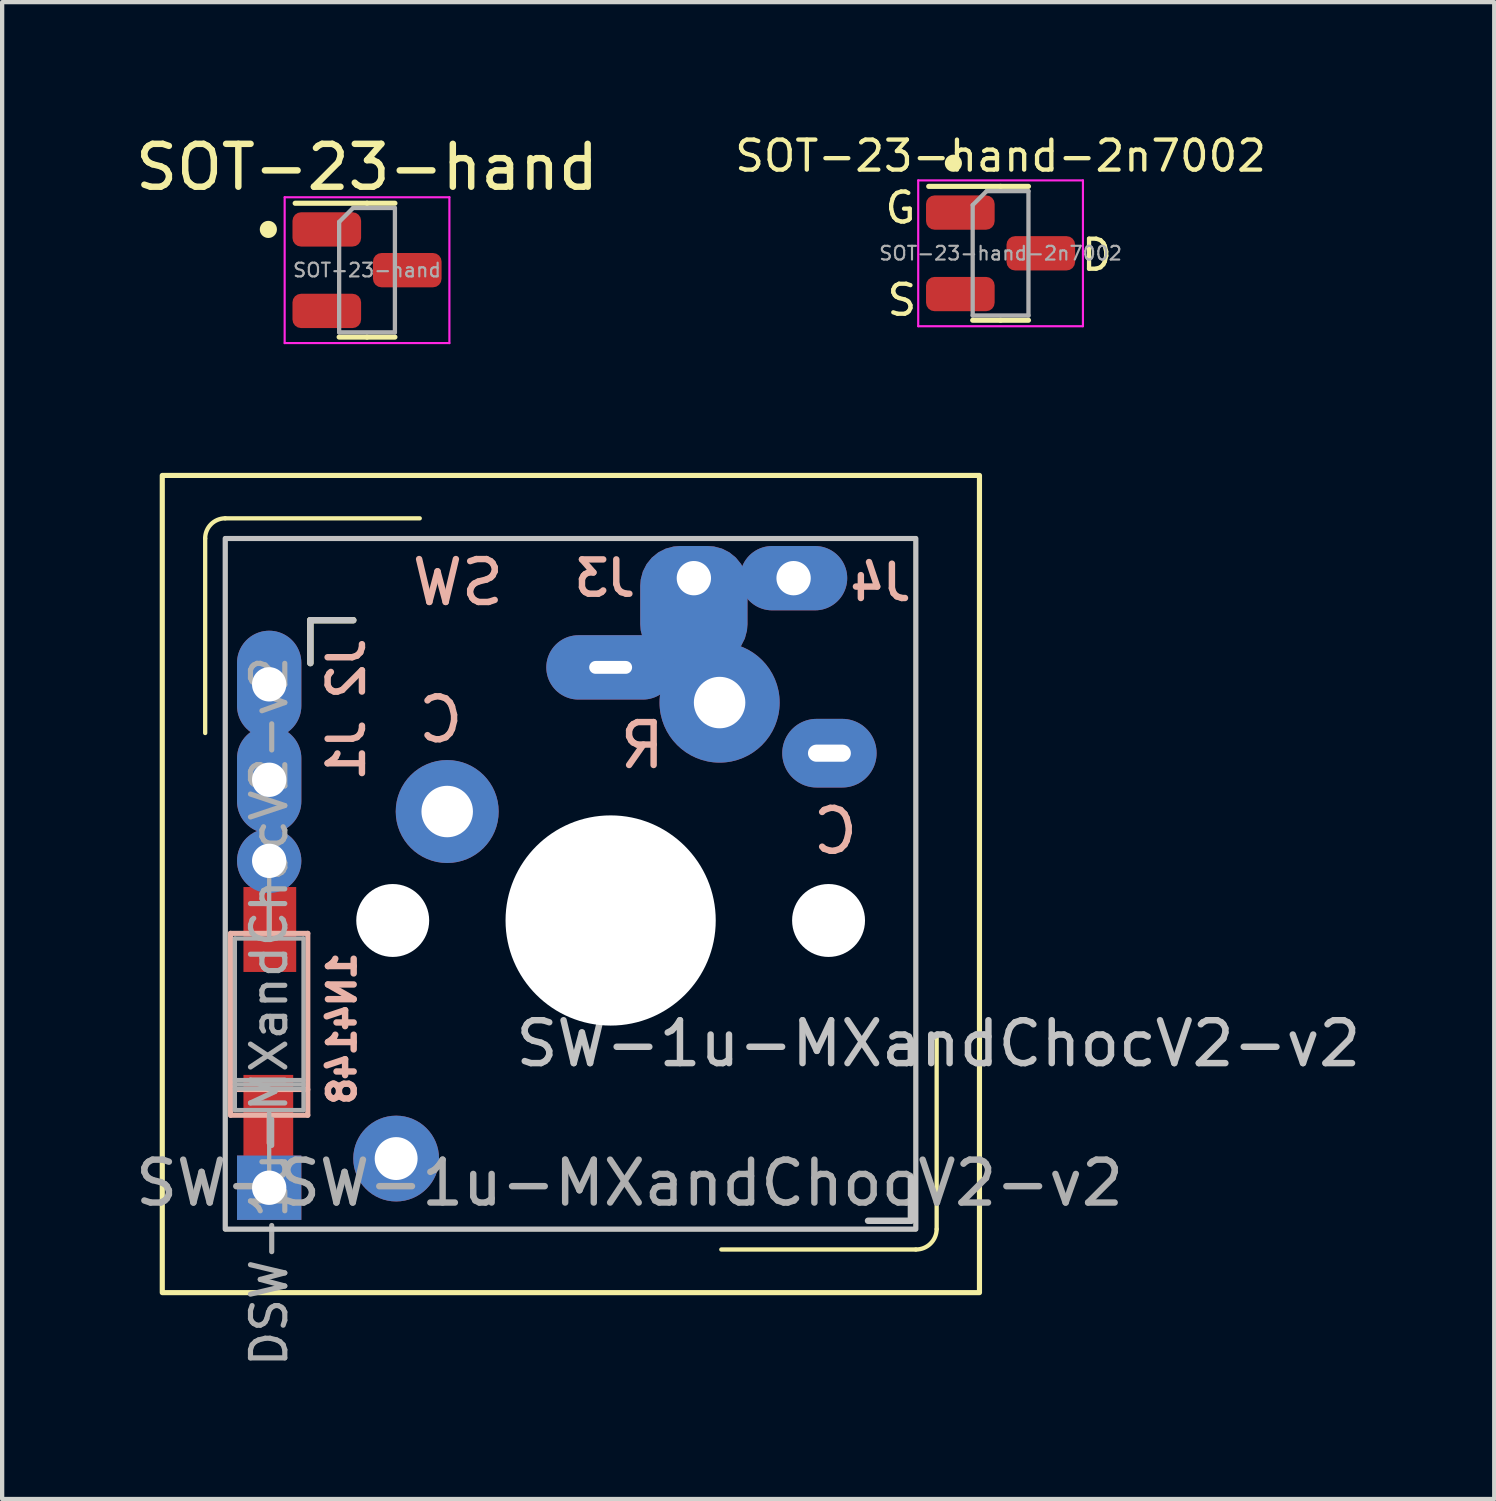
<source format=kicad_pcb>
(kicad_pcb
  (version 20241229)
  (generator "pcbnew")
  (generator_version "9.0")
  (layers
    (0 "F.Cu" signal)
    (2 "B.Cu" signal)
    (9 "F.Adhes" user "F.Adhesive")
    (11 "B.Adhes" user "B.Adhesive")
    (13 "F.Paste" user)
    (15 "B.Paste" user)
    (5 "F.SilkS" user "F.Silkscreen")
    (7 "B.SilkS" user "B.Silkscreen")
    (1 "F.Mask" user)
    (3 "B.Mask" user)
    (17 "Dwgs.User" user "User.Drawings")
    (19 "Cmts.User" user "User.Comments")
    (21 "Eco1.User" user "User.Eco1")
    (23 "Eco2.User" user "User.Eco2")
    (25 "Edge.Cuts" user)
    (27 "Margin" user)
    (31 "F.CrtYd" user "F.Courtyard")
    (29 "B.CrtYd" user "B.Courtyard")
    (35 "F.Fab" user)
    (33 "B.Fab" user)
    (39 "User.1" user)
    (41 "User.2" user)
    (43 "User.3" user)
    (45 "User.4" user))
  (footprint "SOT-23-hand"
    (layer "F.Cu")
    (at 5.506 3.248)
    (property "Reference" "SOT-23-hand" (at 0 -2.4 0) (layer "F.SilkS") (effects (font (size 1 1) (thickness 0.15))))
    (attr smd)
    (fp_line (start 0 -1.56) (end -1.675 -1.56) (stroke (width 0.12) (type solid)) (layer "F.SilkS"))
    (fp_line (start 0 -1.56) (end 0.65 -1.56) (stroke (width 0.12) (type solid)) (layer "F.SilkS"))
    (fp_line (start 0 1.56) (end -0.65 1.56) (stroke (width 0.12) (type solid)) (layer "F.SilkS"))
    (fp_line (start 0 1.56) (end 0.65 1.56) (stroke (width 0.12) (type solid)) (layer "F.SilkS"))
    (fp_circle (center -2.3 -0.95) (end -2.15 -0.95) (stroke (width 0.1) (type solid)) (fill yes) (layer "F.SilkS"))
    (fp_line (start -1.92 -1.7) (end -1.92 1.7) (stroke (width 0.05) (type solid)) (layer "F.CrtYd"))
    (fp_line (start -1.92 1.7) (end 1.92 1.7) (stroke (width 0.05) (type solid)) (layer "F.CrtYd"))
    (fp_line (start 1.92 -1.7) (end -1.92 -1.7) (stroke (width 0.05) (type solid)) (layer "F.CrtYd"))
    (fp_line (start 1.92 1.7) (end 1.92 -1.7) (stroke (width 0.05) (type solid)) (layer "F.CrtYd"))
    (fp_line (start -0.65 -1.125) (end -0.325 -1.45) (stroke (width 0.1) (type solid)) (layer "F.Fab"))
    (fp_line (start -0.65 1.45) (end -0.65 -1.125) (stroke (width 0.1) (type solid)) (layer "F.Fab"))
    (fp_line (start -0.325 -1.45) (end 0.65 -1.45) (stroke (width 0.1) (type solid)) (layer "F.Fab"))
    (fp_line (start 0.65 -1.45) (end 0.65 1.45) (stroke (width 0.1) (type solid)) (layer "F.Fab"))
    (fp_line (start 0.65 1.45) (end -0.65 1.45) (stroke (width 0.1) (type solid)) (layer "F.Fab"))
    (fp_text user "${REFERENCE}" (at 0 0 0) (layer "F.Fab") (effects (font (size 0.32 0.32) (thickness 0.05))))
    (pad "1" smd roundrect (at -0.938 -0.95) (size 1.6 0.8) (layers "F.Cu" "F.Mask" "F.Paste") (roundrect_rratio 0.25))
    (pad "2" smd roundrect (at -0.938 0.95) (size 1.6 0.8) (layers "F.Cu" "F.Mask" "F.Paste") (roundrect_rratio 0.25))
    (pad "3" smd roundrect (at 0.938 0) (size 1.6 0.8) (layers "F.Cu" "F.Mask" "F.Paste") (roundrect_rratio 0.25)))
  (footprint "SOT-23-hand-2n7002"
    (layer "F.Cu")
    (at 20.275 2.855)
    (property "Reference" "SOT-23-hand-2n7002" (at 0 -2.27 0) (layer "F.SilkS") (effects (font (size 0.7 0.7) (thickness 0.1))))
    (attr smd)
    (fp_line (start 0 -1.56) (end -1.675 -1.56) (stroke (width 0.12) (type solid)) (layer "F.SilkS"))
    (fp_line (start 0 -1.56) (end 0.65 -1.56) (stroke (width 0.12) (type solid)) (layer "F.SilkS"))
    (fp_line (start 0 1.56) (end -0.65 1.56) (stroke (width 0.12) (type solid)) (layer "F.SilkS"))
    (fp_line (start 0 1.56) (end 0.65 1.56) (stroke (width 0.12) (type solid)) (layer "F.SilkS"))
    (fp_circle (center -1.1 -2.1) (end -0.95 -2.1) (stroke (width 0.1) (type solid)) (fill yes) (layer "F.SilkS"))
    (fp_line (start -1.92 -1.7) (end -1.92 1.7) (stroke (width 0.05) (type solid)) (layer "F.CrtYd"))
    (fp_line (start -1.92 1.7) (end 1.92 1.7) (stroke (width 0.05) (type solid)) (layer "F.CrtYd"))
    (fp_line (start 1.92 -1.7) (end -1.92 -1.7) (stroke (width 0.05) (type solid)) (layer "F.CrtYd"))
    (fp_line (start 1.92 1.7) (end 1.92 -1.7) (stroke (width 0.05) (type solid)) (layer "F.CrtYd"))
    (fp_line (start -0.65 -1.125) (end -0.325 -1.45) (stroke (width 0.1) (type solid)) (layer "F.Fab"))
    (fp_line (start -0.65 1.45) (end -0.65 -1.125) (stroke (width 0.1) (type solid)) (layer "F.Fab"))
    (fp_line (start -0.325 -1.45) (end 0.65 -1.45) (stroke (width 0.1) (type solid)) (layer "F.Fab"))
    (fp_line (start 0.65 -1.45) (end 0.65 1.45) (stroke (width 0.1) (type solid)) (layer "F.Fab"))
    (fp_line (start 0.65 1.45) (end -0.65 1.45) (stroke (width 0.1) (type solid)) (layer "F.Fab"))
    (fp_text user "S" (at -2.7 1.5 0) (unlocked yes) (layer "F.SilkS") (effects (font (size 0.7 0.7) (thickness 0.1)) (justify left bottom)))
    (fp_text user "D" (at 1.83 0.45 0) (unlocked yes) (layer "F.SilkS") (effects (font (size 0.7 0.7) (thickness 0.1)) (justify left bottom)))
    (fp_text user "G" (at -2.75 -0.65 0) (unlocked yes) (layer "F.SilkS") (effects (font (size 0.7 0.7) (thickness 0.1)) (justify left bottom)))
    (fp_text user "${REFERENCE}" (at 0 0 0) (layer "F.Fab") (effects (font (size 0.32 0.32) (thickness 0.05))))
    (pad "1" smd roundrect (at -0.938 -0.95) (size 1.6 0.8) (layers "F.Cu" "F.Mask" "F.Paste") (roundrect_rratio 0.25))
    (pad "2" smd roundrect (at -0.938 0.95) (size 1.6 0.8) (layers "F.Cu" "F.Mask" "F.Paste") (roundrect_rratio 0.25))
    (pad "3" smd roundrect (at 0.938 0) (size 1.6 0.8) (layers "F.Cu" "F.Mask" "F.Paste") (roundrect_rratio 0.25)))
  (footprint "SW-1u-MXandChocV2-v2"
    (layer "F.Cu")
    (at 13.725 13.328)
    (property "Reference" "SW-1u-MXandChocV2-v2" (at 5.1 7.95 180) (layer "Dwgs.User") (effects (font (size 1 1) (thickness 0.15))))
    (attr through_hole)
    (fp_line (start -11.992 0.71) (end -11.992 -3.825) (stroke (width 0.1) (type solid)) (layer "F.SilkS"))
    (fp_line (start -11.525 -4.295) (end -6.99 -4.295) (stroke (width 0.1) (type solid)) (layer "F.SilkS"))
    (fp_line (start -11.525 -3.825) (end 4.575 -3.825) (stroke (width 0.1) (type solid)) (layer "F.SilkS"))
    (fp_line (start -11.525 12.275) (end -11.525 -3.825) (stroke (width 0.1) (type solid)) (layer "F.SilkS"))
    (fp_line (start -9.54 -1.92) (end -8.54 -1.92) (stroke (width 0.15) (type solid)) (layer "F.SilkS"))
    (fp_line (start -9.54 -0.92) (end -9.54 -1.92) (stroke (width 0.15) (type solid)) (layer "F.SilkS"))
    (fp_line (start 4.575 -3.825) (end 4.575 12.275) (stroke (width 0.1) (type solid)) (layer "F.SilkS"))
    (fp_line (start 4.575 12.275) (end -11.525 12.275) (stroke (width 0.1) (type solid)) (layer "F.SilkS"))
    (fp_line (start 4.575 12.75) (end 0.04 12.75) (stroke (width 0.1) (type solid)) (layer "F.SilkS"))
    (fp_line (start 5.06 7.74) (end 5.06 12.275) (stroke (width 0.1) (type solid)) (layer "F.SilkS"))
    (fp_rect (start -12.992 -5.295) (end 6.058 13.755) (stroke (width 0.12) (type solid)) (fill no) (layer "F.SilkS"))
    (fp_arc (start -11.9925 -3.825) (mid -11.85609 -4.156822) (end -11.525 -4.295) (stroke (width 0.1) (type solid)) (layer "F.SilkS"))
    (fp_arc (start 5.06 12.275) (mid 4.915876 12.612947) (end 4.575 12.75) (stroke (width 0.1) (type solid)) (layer "F.SilkS"))
    (fp_line (start -11.4 5.38) (end -11.4 9.62) (stroke (width 0.12) (type solid)) (layer "B.SilkS"))
    (fp_line (start -11.4 9.02) (end -9.6 9.02) (stroke (width 0.12) (type solid)) (layer "B.SilkS"))
    (fp_line (start -11.4 9.62) (end -9.6 9.62) (stroke (width 0.12) (type solid)) (layer "B.SilkS"))
    (fp_line (start -10.5 4.73) (end -10.5 5.38) (stroke (width 0.12) (type solid)) (layer "B.SilkS"))
    (fp_line (start -10.5 10.27) (end -10.5 9.62) (stroke (width 0.12) (type solid)) (layer "B.SilkS"))
    (fp_line (start -9.6 5.38) (end -11.4 5.38) (stroke (width 0.12) (type solid)) (layer "B.SilkS"))
    (fp_line (start -9.6 9.62) (end -9.6 5.38) (stroke (width 0.12) (type solid)) (layer "B.SilkS"))
    (fp_line (start -9.54 -1.92) (end -8.54 -1.92) (stroke (width 0.15) (type solid)) (layer "Dwgs.User"))
    (fp_line (start -9.54 -0.92) (end -9.54 -1.92) (stroke (width 0.15) (type solid)) (layer "Dwgs.User"))
    (fp_line (start 3.46 12.08) (end 4.46 12.08) (stroke (width 0.15) (type solid)) (layer "Dwgs.User"))
    (fp_line (start 4.46 12.08) (end 4.46 11.08) (stroke (width 0.15) (type solid)) (layer "Dwgs.User"))
    (fp_rect (start -11.525 -3.825) (end 4.575 12.275) (stroke (width 0.12) (type solid)) (fill no) (layer "Dwgs.User"))
    (fp_line (start -11.3 5.5) (end -11.3 9.5) (stroke (width 0.1) (type solid)) (layer "F.Fab"))
    (fp_line (start -11.3 8.8) (end -9.7 8.8) (stroke (width 0.1) (type solid)) (layer "F.Fab"))
    (fp_line (start -11.3 8.9) (end -9.7 8.9) (stroke (width 0.1) (type solid)) (layer "F.Fab"))
    (fp_line (start -11.3 9) (end -9.7 9) (stroke (width 0.1) (type solid)) (layer "F.Fab"))
    (fp_line (start -11.3 9.5) (end -9.7 9.5) (stroke (width 0.1) (type solid)) (layer "F.Fab"))
    (fp_line (start -10.5 3.69) (end -10.5 5.5) (stroke (width 0.1) (type solid)) (layer "F.Fab"))
    (fp_line (start -10.5 11.31) (end -10.5 9.5) (stroke (width 0.1) (type solid)) (layer "F.Fab"))
    (fp_line (start -9.7 5.5) (end -11.3 5.5) (stroke (width 0.1) (type solid)) (layer "F.Fab"))
    (fp_line (start -9.7 9.5) (end -9.7 5.5) (stroke (width 0.1) (type solid)) (layer "F.Fab"))
    (fp_text user "J3" (at -2.675 -2.9 0) (unlocked yes) (layer "B.SilkS") (effects (font (size 0.8 0.8) (thickness 0.15)) (justify mirror)))
    (fp_text user "J4" (at 3.75 -2.8 0) (unlocked yes) (layer "B.SilkS") (effects (font (size 0.8 0.8) (thickness 0.15)) (justify mirror)))
    (fp_text user "C" (at 2.7 3 0) (unlocked yes) (layer "B.SilkS") (effects (font (size 1 1) (thickness 0.15)) (justify mirror)))
    (fp_text user "1N4148" (at -8.8 7.6 90) (unlocked yes) (layer "B.SilkS") (effects (font (size 0.6 0.6) (thickness 0.15)) (justify mirror)))
    (fp_text user "C" (at -6.5 0.4 0) (unlocked yes) (layer "B.SilkS") (effects (font (size 1 1) (thickness 0.15)) (justify mirror)))
    (fp_text user "J2" (at -8.7 -0.79 90) (unlocked yes) (layer "B.SilkS") (effects (font (size 0.8 0.8) (thickness 0.15)) (justify mirror)))
    (fp_text user "SW" (at -6.1 -2.8 0) (unlocked yes) (layer "B.SilkS") (effects (font (size 1 1) (thickness 0.15)) (justify mirror)))
    (fp_text user "R" (at -1.8 1 0) (unlocked yes) (layer "B.SilkS") (effects (font (size 1 1) (thickness 0.15)) (justify mirror)))
    (fp_text user "J1" (at -8.7 1.11 90) (unlocked yes) (layer "B.SilkS") (effects (font (size 0.8 0.8) (thickness 0.15)) (justify mirror)))
    (fp_text user "SW-${REFERENCE}" (at -2.1 11.2 0) (unlocked yes) (layer "F.Fab") (effects (font (size 1 1) (thickness 0.15))))
    (fp_text user "D${REFERENCE}" (at -10.5 7.2 270) (layer "F.Fab") (effects (font (size 0.8 0.8) (thickness 0.12))))
    (pad "" np_thru_hole circle (at -7.62 5.08) (size 1.7 1.7) (drill 1.7) (layers "*.Cu" "*.Mask"))
    (pad "" thru_hole circle (at -7.54 10.63 0.5) (size 2 2) (drill 1) (layers "*.Cu" "*.Mask"))
    (pad "" np_thru_hole circle (at -2.54 5.08 90) (size 4.9 4.9) (drill 4.9) (layers "*.Cu" "*.Mask"))
    (pad "" np_thru_hole circle (at 2.54 5.08) (size 1.7 1.7) (drill 1.7) (layers "*.Cu" "*.Mask"))
    (pad "1" thru_hole oval (at -2.54 -0.82) (size 3 1.5) (drill oval 1 0.3) (layers "*.Cu" "*.Mask"))
    (pad "1" thru_hole roundrect (at -0.6 -2.9) (size 2.5 2.75) (drill 0.8 (offset 0 0.625)) (layers "*.Cu" "*.Mask") (roundrect_rratio 0.37))
    (pad "1" thru_hole circle (at 0 0) (size 2.8 2.8) (drill 1.2) (layers "*.Cu" "*.Mask"))
    (pad "1" thru_hole oval (at 1.725 -2.9) (size 2.5 1.5) (drill 0.8) (layers "*.Cu" "*.Mask"))
    (pad "2" thru_hole circle (at -6.35 2.54) (size 2.4 2.4) (drill 1.2) (layers "*.Cu" "*.Mask"))
    (pad "2" thru_hole oval (at 2.56 1.18) (size 2.2 1.6) (drill oval 1 0.4) (layers "*.Cu" "*.Mask"))
    (pad "3" smd rect (at -10.52 9.68 90) (size 2 1.16) (layers "F.Cu" "F.Mask" "F.Paste"))
    (pad "3" thru_hole rect (at -10.5 11.31 90) (size 1.5 1.5) (drill 0.8) (layers "*.Cu" "*.Mask"))
    (pad "4" thru_hole oval (at -10.5 -0.425 90) (size 2.5 1.5) (drill 0.8) (layers "*.Cu" "*.Mask"))
    (pad "4" thru_hole oval (at -10.5 1.8 90) (size 2.5 1.5) (drill 0.8) (layers "*.Cu" "*.Mask"))
    (pad "4" thru_hole circle (at -10.5 3.69 90) (size 1.5 1.5) (drill 0.8) (layers "*.Cu" "*.Mask"))
    (pad "4" smd rect (at -10.485 5.29 90) (size 1.98 1.23) (layers "F.Cu" "F.Mask" "F.Paste")))
  (gr_rect
    (start -3 -3)
    (end 31.783 31.895)
    (stroke (width 0.1) (type default))
    (fill no)
    (layer "Edge.Cuts")))
</source>
